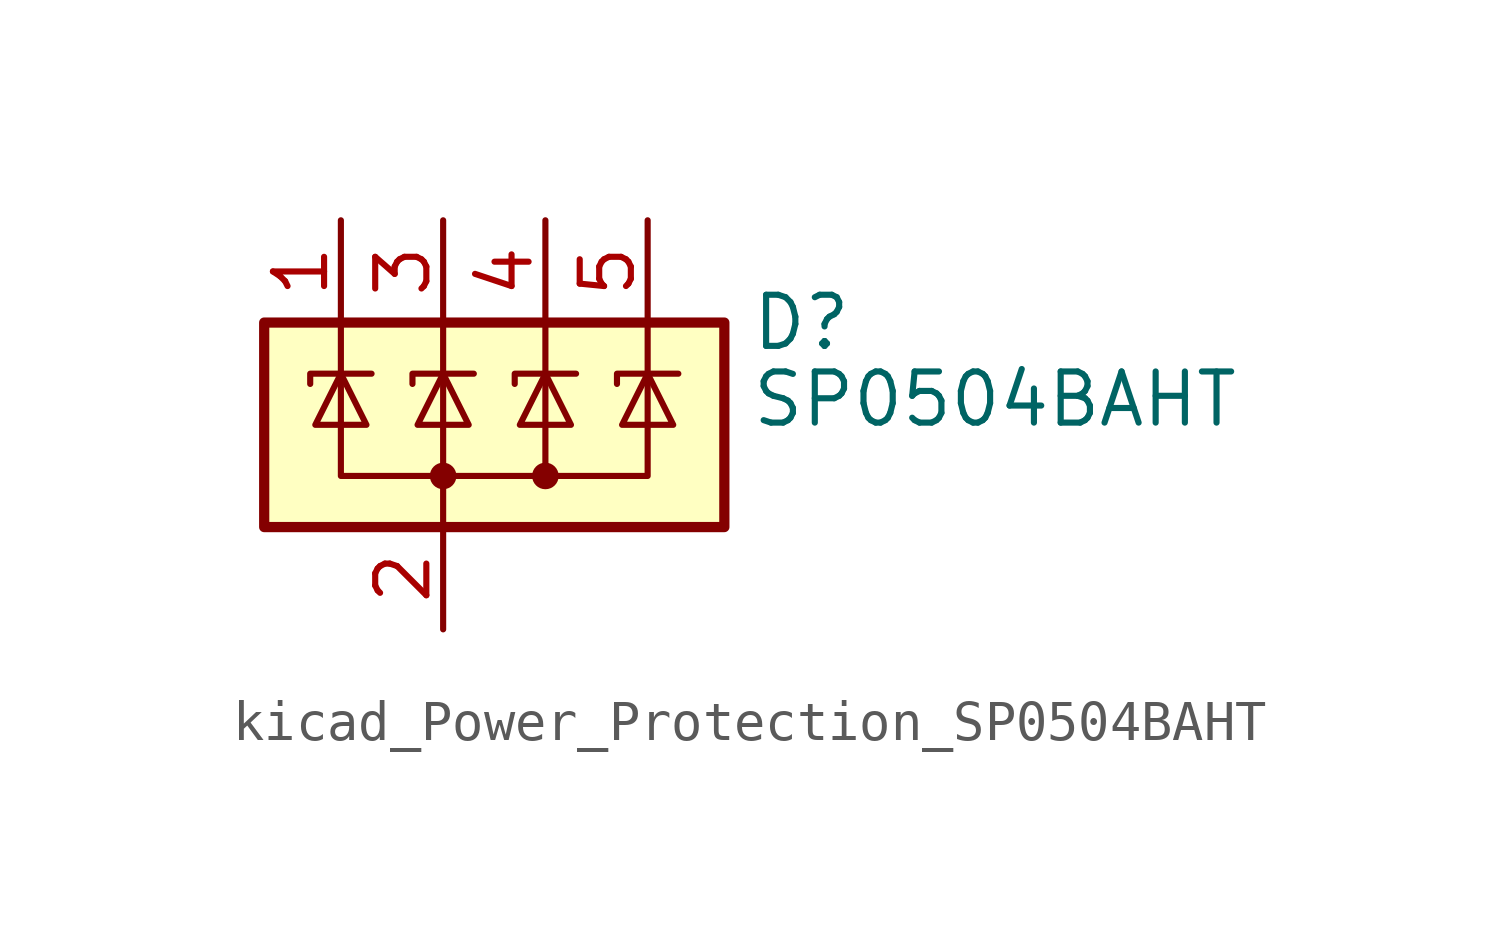
<source format=kicad_sym>
(kicad_symbol_lib
  (version 20220914)
  (generator kicad_symbol_editor)
  (symbol "kicad_Power_Protection_SP0504BAHT"
    (pin_names hide)
    (property "Reference" "D"
      (at 7.62 2.54 0)
      (effects (font (size 1.27 1.27)) (justify left)))
    (property "Value" "SP0504BAHT"
      (at 7.62 0.635 0)
      (effects (font (size 1.27 1.27)) (justify left)))
    (symbol "kicad_Power_Protection_SP0504BAHT_0_0"
      (pin passive line (at 0 -5.08 90) (length 2.54) (name "A" (effects (font (size 1.27 1.27)))) (number "2" (effects (font (size 1.27 1.27))))))
    (symbol "kicad_Power_Protection_SP0504BAHT_0_1"
      (rectangle (start -4.445 2.54) (end 6.985 -2.54) (stroke (width 0.254) (type default)) (fill (type background)))
      (circle (center 0 -1.27) (radius 0.254) (stroke (width 0) (type default)) (fill (type outline)))
      (polyline (pts (xy -2.54 2.54) (xy -2.54 1.27)) (stroke (width 0) (type default)) (fill (type none)))
      (polyline (pts (xy 0 -1.27) (xy 0 -2.54)) (stroke (width 0) (type default)) (fill (type none)))
      (polyline (pts (xy 0 -1.27) (xy 0 1.27)) (stroke (width 0) (type default)) (fill (type none)))
      (polyline (pts (xy 0 2.54) (xy 0 1.27)) (stroke (width 0) (type default)) (fill (type none)))
      (polyline (pts (xy 2.54 2.54) (xy 2.54 1.27)) (stroke (width 0) (type default)) (fill (type none)))
      (polyline (pts (xy 5.08 2.54) (xy 5.08 1.27)) (stroke (width 0) (type default)) (fill (type none)))
      (polyline (pts (xy -3.302 1.016) (xy -3.302 1.27) (xy -1.778 1.27)) (stroke (width 0) (type default)) (fill (type none)))
      (polyline (pts (xy 0.762 1.27) (xy -0.762 1.27) (xy -0.762 1.016)) (stroke (width 0) (type default)) (fill (type none)))
      (polyline (pts (xy 5.08 1.27) (xy 5.08 -1.27) (xy 2.54 -1.27)) (stroke (width 0) (type default)) (fill (type none)))
      (polyline (pts (xy -2.54 1.27) (xy -2.54 -1.27) (xy 2.54 -1.27) (xy 2.54 1.27)) (stroke (width 0) (type default)) (fill (type none)))
      (polyline (pts (xy -2.54 1.27) (xy -1.905 0) (xy -3.175 0) (xy -2.54 1.27)) (stroke (width 0) (type default)) (fill (type none)))
      (polyline (pts (xy 0.635 0) (xy -0.635 0) (xy 0 1.27) (xy 0.635 0)) (stroke (width 0) (type default)) (fill (type none)))
      (polyline (pts (xy 1.778 1.016) (xy 1.778 1.27) (xy 3.175 1.27) (xy 3.302 1.27)) (stroke (width 0) (type default)) (fill (type none)))
      (polyline (pts (xy 2.54 1.27) (xy 1.905 0) (xy 3.175 0) (xy 2.54 1.27)) (stroke (width 0) (type default)) (fill (type none)))
      (polyline (pts (xy 4.318 1.016) (xy 4.318 1.27) (xy 5.715 1.27) (xy 5.842 1.27)) (stroke (width 0) (type default)) (fill (type none)))
      (polyline (pts (xy 5.08 1.27) (xy 4.445 0) (xy 5.715 0) (xy 5.08 1.27)) (stroke (width 0) (type default)) (fill (type none)))
      (circle (center 2.54 -1.27) (radius 0.254) (stroke (width 0) (type default)) (fill (type outline))))
    (symbol "kicad_Power_Protection_SP0504BAHT_1_1"
      (pin passive line (at -2.54 5.08 270) (length 2.54) (name "K" (effects (font (size 1.27 1.27)))) (number "1" (effects (font (size 1.27 1.27)))))
      (pin passive line (at 0 5.08 270) (length 2.54) (name "K" (effects (font (size 1.27 1.27)))) (number "3" (effects (font (size 1.27 1.27)))))
      (pin passive line (at 2.54 5.08 270) (length 2.54) (name "K" (effects (font (size 1.27 1.27)))) (number "4" (effects (font (size 1.27 1.27)))))
      (pin passive line (at 5.08 5.08 270) (length 2.54) (name "K" (effects (font (size 1.27 1.27)))) (number "5" (effects (font (size 1.27 1.27))))))))
</source>
